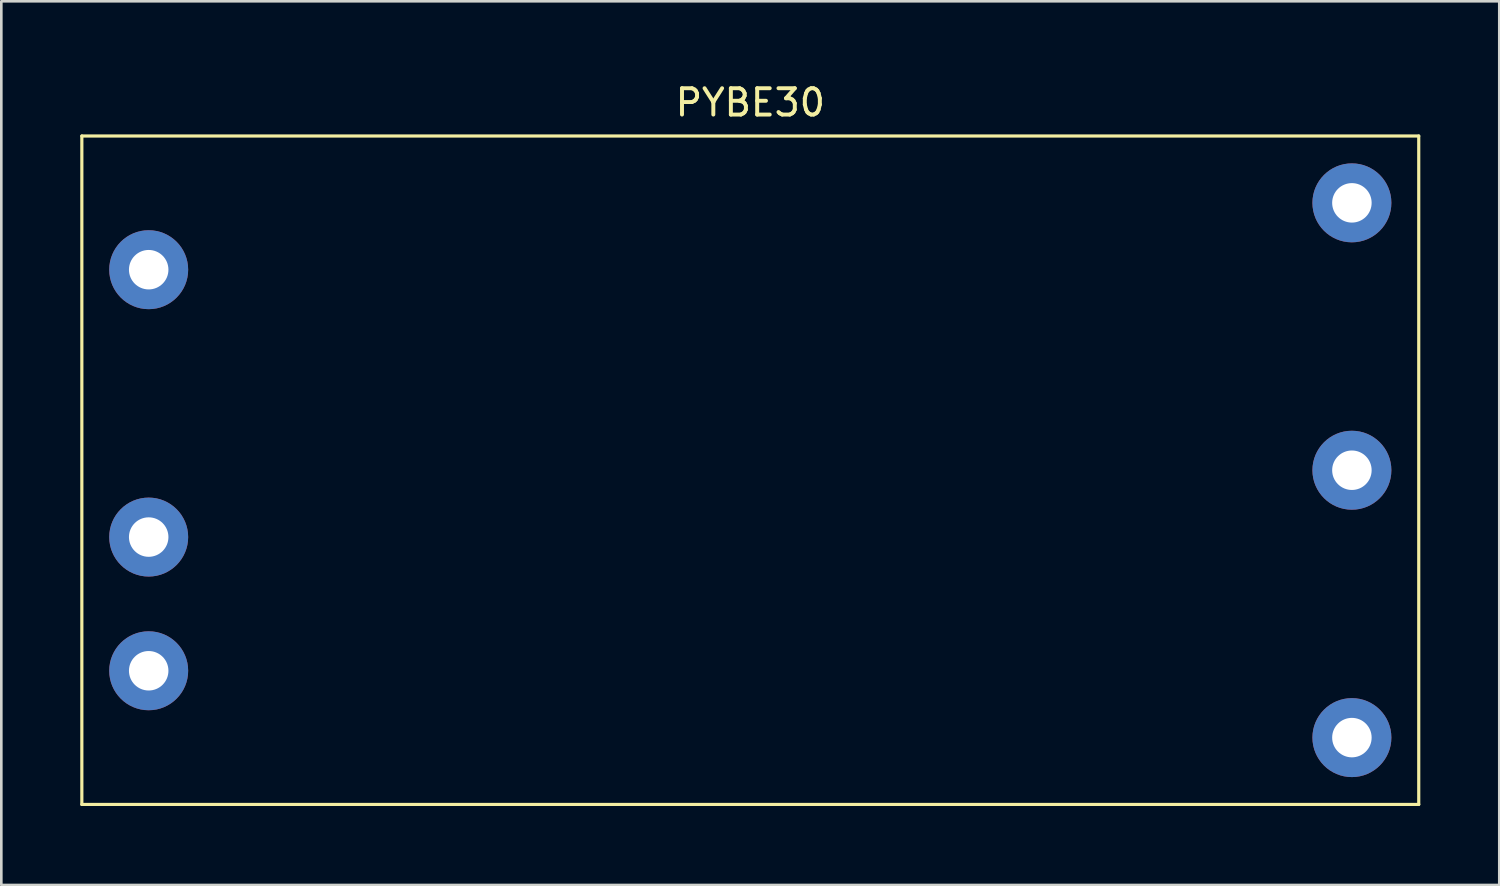
<source format=kicad_pcb>
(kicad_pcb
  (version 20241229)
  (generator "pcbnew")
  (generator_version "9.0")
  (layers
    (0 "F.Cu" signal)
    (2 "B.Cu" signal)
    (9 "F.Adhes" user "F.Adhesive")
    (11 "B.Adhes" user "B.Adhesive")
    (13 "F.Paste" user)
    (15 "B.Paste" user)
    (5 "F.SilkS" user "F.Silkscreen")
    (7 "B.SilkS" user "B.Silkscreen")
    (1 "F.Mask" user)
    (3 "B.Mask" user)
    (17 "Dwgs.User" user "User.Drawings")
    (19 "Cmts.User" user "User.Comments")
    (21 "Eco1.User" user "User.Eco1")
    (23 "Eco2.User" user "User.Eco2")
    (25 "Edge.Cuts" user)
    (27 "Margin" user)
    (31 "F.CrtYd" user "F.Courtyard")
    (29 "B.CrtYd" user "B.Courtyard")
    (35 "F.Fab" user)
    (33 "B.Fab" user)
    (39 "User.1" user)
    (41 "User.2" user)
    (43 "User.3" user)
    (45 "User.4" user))
  (footprint "PYBE30"
    (layer "F.Cu")
    (at 25.46 14.818)
    (property "Reference" "PYBE30" (at 0 -13.97 0) (layer "F.SilkS") (effects (font (size 1 1) (thickness 0.15))))
    (attr through_hole)
    (fp_line (start -25.4 -12.7) (end -25.4 12.7) (stroke (width 0.12) (type solid)) (layer "F.SilkS"))
    (fp_line (start -25.4 12.7) (end 25.4 12.7) (stroke (width 0.12) (type solid)) (layer "F.SilkS"))
    (fp_line (start 25.4 -12.7) (end -25.4 -12.7) (stroke (width 0.12) (type solid)) (layer "F.SilkS"))
    (fp_line (start 25.4 12.7) (end 25.4 -12.7) (stroke (width 0.12) (type solid)) (layer "F.SilkS"))
    (pad "1" thru_hole circle (at -22.86 7.62) (size 3 3) (drill 1.5) (layers "*.Cu" "*.Mask"))
    (pad "2" thru_hole circle (at -22.86 2.54) (size 3 3) (drill 1.5) (layers "*.Cu" "*.Mask"))
    (pad "3" thru_hole circle (at -22.86 -7.62) (size 3 3) (drill 1.5) (layers "*.Cu" "*.Mask"))
    (pad "4" thru_hole circle (at 22.86 -10.16) (size 3 3) (drill 1.5) (layers "*.Cu" "*.Mask"))
    (pad "5" thru_hole circle (at 22.86 0) (size 3 3) (drill 1.5) (layers "*.Cu" "*.Mask"))
    (pad "6" thru_hole circle (at 22.86 10.16) (size 3 3) (drill 1.5) (layers "*.Cu" "*.Mask")))
  (gr_rect
    (start -3 -3)
    (end 53.92 30.578)
    (stroke (width 0.1) (type default))
    (fill no)
    (layer "Edge.Cuts")))
</source>
